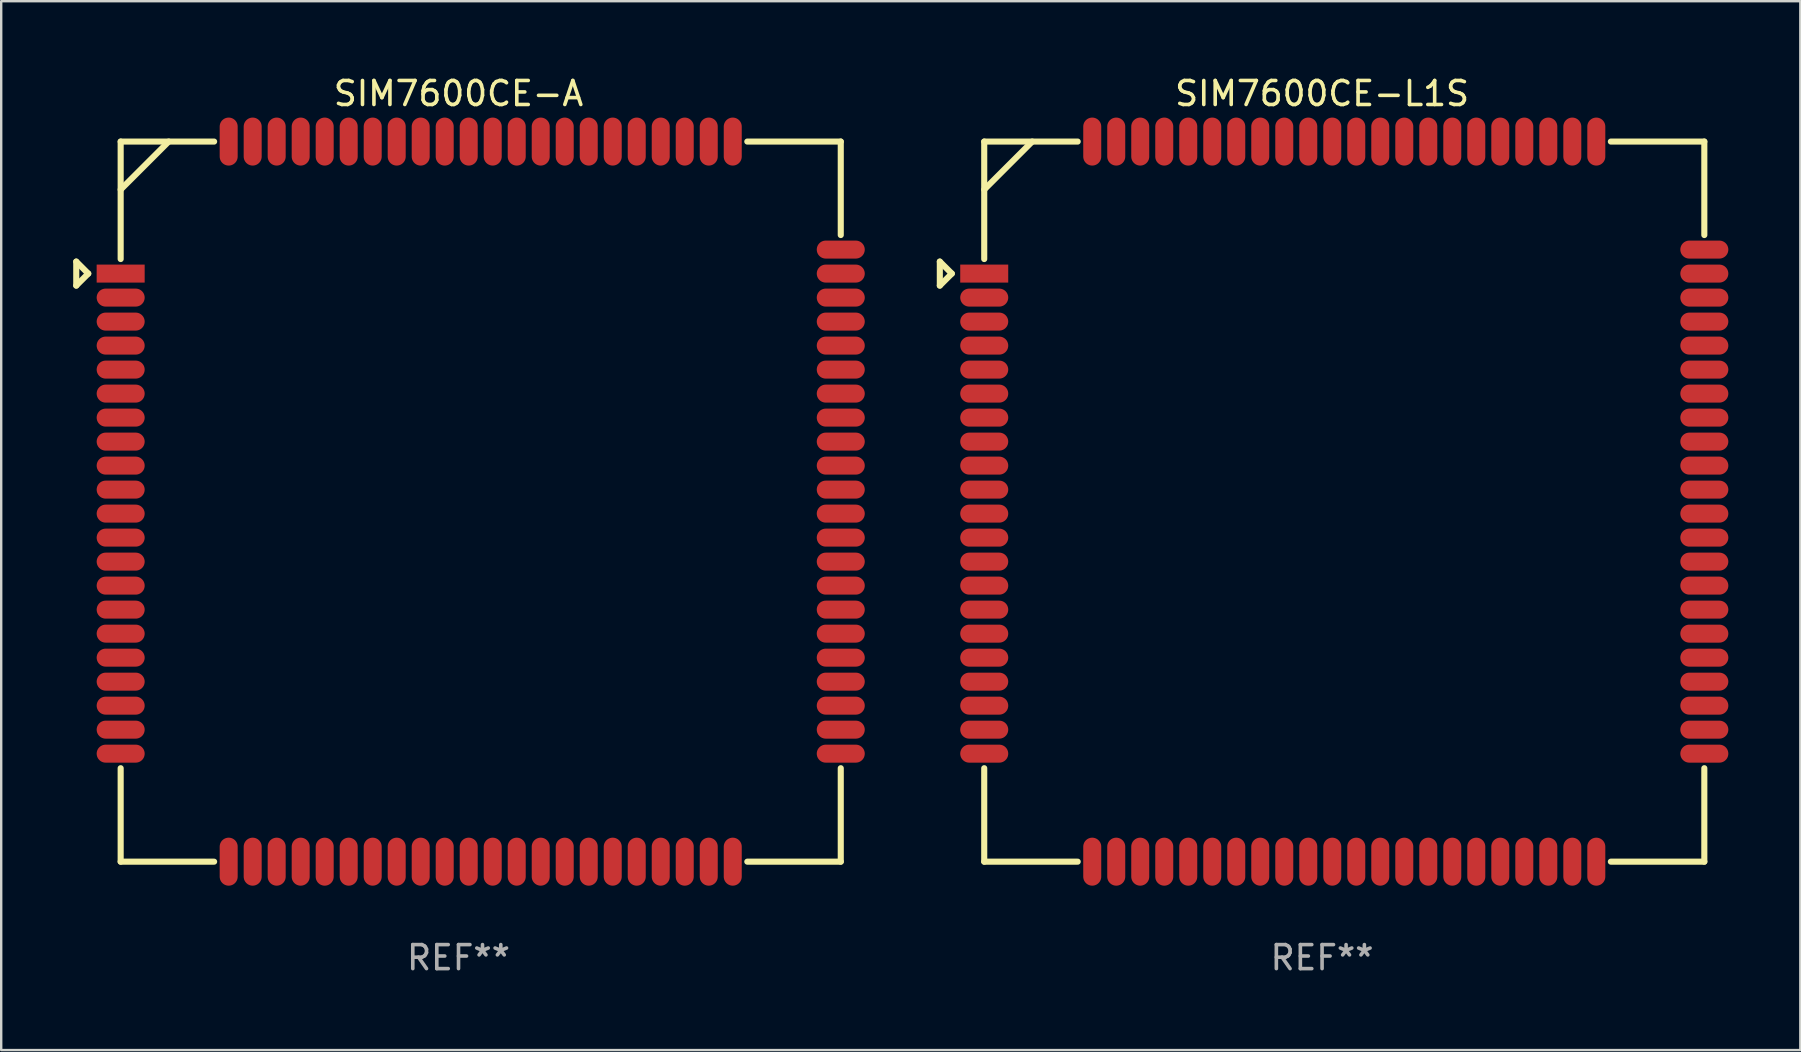
<source format=kicad_pcb>
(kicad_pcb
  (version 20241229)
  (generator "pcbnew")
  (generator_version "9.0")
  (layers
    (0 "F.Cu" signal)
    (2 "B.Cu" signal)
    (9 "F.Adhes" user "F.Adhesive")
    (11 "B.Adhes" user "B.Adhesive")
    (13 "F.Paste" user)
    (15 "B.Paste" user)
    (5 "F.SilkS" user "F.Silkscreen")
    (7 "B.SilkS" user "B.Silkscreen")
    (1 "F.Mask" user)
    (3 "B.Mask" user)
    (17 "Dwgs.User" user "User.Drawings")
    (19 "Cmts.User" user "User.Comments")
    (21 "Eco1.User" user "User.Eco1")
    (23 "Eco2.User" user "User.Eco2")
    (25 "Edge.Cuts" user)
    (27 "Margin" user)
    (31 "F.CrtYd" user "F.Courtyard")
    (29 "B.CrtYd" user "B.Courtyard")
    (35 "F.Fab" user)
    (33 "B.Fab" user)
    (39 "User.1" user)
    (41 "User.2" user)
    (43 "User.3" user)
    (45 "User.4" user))
  (footprint "SIM7600CE-L1S"
    (layer "F.Cu")
    (at 52.029 17.848)
    (property "Reference" "SIM7600CE-L1S" (at 0 -17 0) (layer "F.SilkS") (effects (font (size 1 1) (thickness 0.15))))
    (attr through_hole)
    (fp_line (start -15.925 -10) (end -15.925 -9) (stroke (width 0.254) (type solid)) (layer "F.SilkS"))
    (fp_line (start -15.925 -9) (end -15.425 -9.5) (stroke (width 0.254) (type solid)) (layer "F.SilkS"))
    (fp_line (start -15.425 -9.5) (end -15.925 -10) (stroke (width 0.254) (type solid)) (layer "F.SilkS"))
    (fp_line (start -14.075 -15) (end -10.181 -15) (stroke (width 0.254) (type solid)) (layer "F.SilkS"))
    (fp_line (start -14.075 -10.106) (end -14.075 -15) (stroke (width 0.254) (type solid)) (layer "F.SilkS"))
    (fp_line (start -14.075 15) (end -14.075 11.106) (stroke (width 0.254) (type solid)) (layer "F.SilkS"))
    (fp_line (start -12.075 -15) (end -14.075 -13) (stroke (width 0.254) (type solid)) (layer "F.SilkS"))
    (fp_line (start -10.181 15) (end -14.075 15) (stroke (width 0.254) (type solid)) (layer "F.SilkS"))
    (fp_line (start 12.031 -15) (end 15.925 -15) (stroke (width 0.254) (type solid)) (layer "F.SilkS"))
    (fp_line (start 15.925 -15) (end 15.925 -11.106) (stroke (width 0.254) (type solid)) (layer "F.SilkS"))
    (fp_line (start 15.925 11.106) (end 15.925 15) (stroke (width 0.254) (type solid)) (layer "F.SilkS"))
    (fp_line (start 15.925 15) (end 12.031 15) (stroke (width 0.254) (type solid)) (layer "F.SilkS"))
    (fp_circle (center -14.075 -15) (end -14.045 -15) (stroke (width 0.06) (type solid)) (fill no) (layer "F.SilkS"))
    (fp_text user "REF**" (at 0 19 0) (layer "F.Fab") (effects (font (size 1 1) (thickness 0.15))))
    (pad "1" smd rect (at -14.075 -9.5) (size 2 0.75) (layers "F.Cu" "F.Mask" "F.Paste"))
    (pad "2" smd oval (at -14.075 -8.5) (size 2 0.75) (layers "F.Cu" "F.Mask" "F.Paste"))
    (pad "3" smd oval (at -14.075 -7.5) (size 2 0.75) (layers "F.Cu" "F.Mask" "F.Paste"))
    (pad "4" smd oval (at -14.075 -6.5) (size 2 0.75) (layers "F.Cu" "F.Mask" "F.Paste"))
    (pad "5" smd oval (at -14.075 -5.5) (size 2 0.75) (layers "F.Cu" "F.Mask" "F.Paste"))
    (pad "6" smd oval (at -14.075 -4.5) (size 2 0.75) (layers "F.Cu" "F.Mask" "F.Paste"))
    (pad "7" smd oval (at -14.075 -3.5) (size 2 0.75) (layers "F.Cu" "F.Mask" "F.Paste"))
    (pad "8" smd oval (at -14.075 -2.5) (size 2 0.75) (layers "F.Cu" "F.Mask" "F.Paste"))
    (pad "9" smd oval (at -14.075 -1.5) (size 2 0.75) (layers "F.Cu" "F.Mask" "F.Paste"))
    (pad "10" smd oval (at -14.075 -0.5) (size 2 0.75) (layers "F.Cu" "F.Mask" "F.Paste"))
    (pad "11" smd oval (at -14.075 0.5) (size 2 0.75) (layers "F.Cu" "F.Mask" "F.Paste"))
    (pad "12" smd oval (at -14.075 1.5) (size 2 0.75) (layers "F.Cu" "F.Mask" "F.Paste"))
    (pad "13" smd oval (at -14.075 2.5) (size 2 0.75) (layers "F.Cu" "F.Mask" "F.Paste"))
    (pad "14" smd oval (at -14.075 3.5) (size 2 0.75) (layers "F.Cu" "F.Mask" "F.Paste"))
    (pad "15" smd oval (at -14.075 4.5) (size 2 0.75) (layers "F.Cu" "F.Mask" "F.Paste"))
    (pad "16" smd oval (at -14.075 5.5) (size 2 0.75) (layers "F.Cu" "F.Mask" "F.Paste"))
    (pad "17" smd oval (at -14.075 6.5) (size 2 0.75) (layers "F.Cu" "F.Mask" "F.Paste"))
    (pad "18" smd oval (at -14.075 7.5) (size 2 0.75) (layers "F.Cu" "F.Mask" "F.Paste"))
    (pad "19" smd oval (at -14.075 8.5) (size 2 0.75) (layers "F.Cu" "F.Mask" "F.Paste"))
    (pad "20" smd oval (at -14.075 9.5) (size 2 0.75) (layers "F.Cu" "F.Mask" "F.Paste"))
    (pad "21" smd oval (at -8.575 15 90) (size 2 0.75) (layers "F.Cu" "F.Mask" "F.Paste"))
    (pad "22" smd oval (at -7.575 15 90) (size 2 0.75) (layers "F.Cu" "F.Mask" "F.Paste"))
    (pad "23" smd oval (at -6.575 15 90) (size 2 0.75) (layers "F.Cu" "F.Mask" "F.Paste"))
    (pad "24" smd oval (at -5.575 15 90) (size 2 0.75) (layers "F.Cu" "F.Mask" "F.Paste"))
    (pad "25" smd oval (at -4.575 15 90) (size 2 0.75) (layers "F.Cu" "F.Mask" "F.Paste"))
    (pad "26" smd oval (at -3.575 15 90) (size 2 0.75) (layers "F.Cu" "F.Mask" "F.Paste"))
    (pad "27" smd oval (at -2.575 15 90) (size 2 0.75) (layers "F.Cu" "F.Mask" "F.Paste"))
    (pad "28" smd oval (at -1.575 15 90) (size 2 0.75) (layers "F.Cu" "F.Mask" "F.Paste"))
    (pad "29" smd oval (at -0.575 15 90) (size 2 0.75) (layers "F.Cu" "F.Mask" "F.Paste"))
    (pad "30" smd oval (at 0.425 15 90) (size 2 0.75) (layers "F.Cu" "F.Mask" "F.Paste"))
    (pad "31" smd oval (at 1.425 15 90) (size 2 0.75) (layers "F.Cu" "F.Mask" "F.Paste"))
    (pad "32" smd oval (at 2.425 15 90) (size 2 0.75) (layers "F.Cu" "F.Mask" "F.Paste"))
    (pad "33" smd oval (at 3.425 15 90) (size 2 0.75) (layers "F.Cu" "F.Mask" "F.Paste"))
    (pad "34" smd oval (at 4.425 15 90) (size 2 0.75) (layers "F.Cu" "F.Mask" "F.Paste"))
    (pad "35" smd oval (at 5.425 15 90) (size 2 0.75) (layers "F.Cu" "F.Mask" "F.Paste"))
    (pad "36" smd oval (at 6.425 15 90) (size 2 0.75) (layers "F.Cu" "F.Mask" "F.Paste"))
    (pad "37" smd oval (at 7.425 15 90) (size 2 0.75) (layers "F.Cu" "F.Mask" "F.Paste"))
    (pad "38" smd oval (at 8.425 15 90) (size 2 0.75) (layers "F.Cu" "F.Mask" "F.Paste"))
    (pad "39" smd oval (at 9.425 15 90) (size 2 0.75) (layers "F.Cu" "F.Mask" "F.Paste"))
    (pad "40" smd oval (at 10.425 15 90) (size 2 0.75) (layers "F.Cu" "F.Mask" "F.Paste"))
    (pad "41" smd oval (at 15.925 9.5 180) (size 2 0.75) (layers "F.Cu" "F.Mask" "F.Paste"))
    (pad "42" smd oval (at 15.925 8.5 180) (size 2 0.75) (layers "F.Cu" "F.Mask" "F.Paste"))
    (pad "43" smd oval (at 15.925 7.5 180) (size 2 0.75) (layers "F.Cu" "F.Mask" "F.Paste"))
    (pad "44" smd oval (at 15.925 6.5 180) (size 2 0.75) (layers "F.Cu" "F.Mask" "F.Paste"))
    (pad "45" smd oval (at 15.925 5.5 180) (size 2 0.75) (layers "F.Cu" "F.Mask" "F.Paste"))
    (pad "46" smd oval (at 15.925 4.5 180) (size 2 0.75) (layers "F.Cu" "F.Mask" "F.Paste"))
    (pad "47" smd oval (at 15.925 3.5 180) (size 2 0.75) (layers "F.Cu" "F.Mask" "F.Paste"))
    (pad "48" smd oval (at 15.925 2.5 180) (size 2 0.75) (layers "F.Cu" "F.Mask" "F.Paste"))
    (pad "49" smd oval (at 15.925 1.5 180) (size 2 0.75) (layers "F.Cu" "F.Mask" "F.Paste"))
    (pad "50" smd oval (at 15.925 0.5 180) (size 2 0.75) (layers "F.Cu" "F.Mask" "F.Paste"))
    (pad "51" smd oval (at 15.925 -0.5 180) (size 2 0.75) (layers "F.Cu" "F.Mask" "F.Paste"))
    (pad "52" smd oval (at 15.925 -1.5 180) (size 2 0.75) (layers "F.Cu" "F.Mask" "F.Paste"))
    (pad "53" smd oval (at 15.925 -2.5 180) (size 2 0.75) (layers "F.Cu" "F.Mask" "F.Paste"))
    (pad "54" smd oval (at 15.925 -3.5 180) (size 2 0.75) (layers "F.Cu" "F.Mask" "F.Paste"))
    (pad "55" smd oval (at 15.925 -4.5 180) (size 2 0.75) (layers "F.Cu" "F.Mask" "F.Paste"))
    (pad "56" smd oval (at 15.925 -5.5 180) (size 2 0.75) (layers "F.Cu" "F.Mask" "F.Paste"))
    (pad "57" smd oval (at 15.925 -6.5 180) (size 2 0.75) (layers "F.Cu" "F.Mask" "F.Paste"))
    (pad "58" smd oval (at 15.925 -7.5 180) (size 2 0.75) (layers "F.Cu" "F.Mask" "F.Paste"))
    (pad "59" smd oval (at 15.925 -8.5 180) (size 2 0.75) (layers "F.Cu" "F.Mask" "F.Paste"))
    (pad "60" smd oval (at 15.925 -9.5 180) (size 2 0.75) (layers "F.Cu" "F.Mask" "F.Paste"))
    (pad "61" smd oval (at 10.425 -15 270) (size 2 0.75) (layers "F.Cu" "F.Mask" "F.Paste"))
    (pad "62" smd oval (at 9.425 -15 270) (size 2 0.75) (layers "F.Cu" "F.Mask" "F.Paste"))
    (pad "63" smd oval (at 8.425 -15 270) (size 2 0.75) (layers "F.Cu" "F.Mask" "F.Paste"))
    (pad "64" smd oval (at 7.425 -15 270) (size 2 0.75) (layers "F.Cu" "F.Mask" "F.Paste"))
    (pad "65" smd oval (at 6.425 -15 270) (size 2 0.75) (layers "F.Cu" "F.Mask" "F.Paste"))
    (pad "66" smd oval (at 5.425 -15 270) (size 2 0.75) (layers "F.Cu" "F.Mask" "F.Paste"))
    (pad "67" smd oval (at 4.425 -15 270) (size 2 0.75) (layers "F.Cu" "F.Mask" "F.Paste"))
    (pad "68" smd oval (at 3.425 -15 270) (size 2 0.75) (layers "F.Cu" "F.Mask" "F.Paste"))
    (pad "69" smd oval (at 2.425 -15 270) (size 2 0.75) (layers "F.Cu" "F.Mask" "F.Paste"))
    (pad "70" smd oval (at 1.425 -15 270) (size 2 0.75) (layers "F.Cu" "F.Mask" "F.Paste"))
    (pad "71" smd oval (at 0.425 -15 270) (size 2 0.75) (layers "F.Cu" "F.Mask" "F.Paste"))
    (pad "72" smd oval (at -0.575 -15 270) (size 2 0.75) (layers "F.Cu" "F.Mask" "F.Paste"))
    (pad "73" smd oval (at -1.575 -15 270) (size 2 0.75) (layers "F.Cu" "F.Mask" "F.Paste"))
    (pad "74" smd oval (at -2.575 -15 270) (size 2 0.75) (layers "F.Cu" "F.Mask" "F.Paste"))
    (pad "75" smd oval (at -3.575 -15 270) (size 2 0.75) (layers "F.Cu" "F.Mask" "F.Paste"))
    (pad "76" smd oval (at -4.575 -15 270) (size 2 0.75) (layers "F.Cu" "F.Mask" "F.Paste"))
    (pad "77" smd oval (at -5.575 -15 270) (size 2 0.75) (layers "F.Cu" "F.Mask" "F.Paste"))
    (pad "78" smd oval (at -6.575 -15 270) (size 2 0.75) (layers "F.Cu" "F.Mask" "F.Paste"))
    (pad "79" smd oval (at -7.575 -15 270) (size 2 0.75) (layers "F.Cu" "F.Mask" "F.Paste"))
    (pad "80" smd oval (at -8.575 -15 270) (size 2 0.75) (layers "F.Cu" "F.Mask" "F.Paste"))
    (pad "81" smd oval (at -14.075 10.5) (size 2 0.75) (layers "F.Cu" "F.Mask" "F.Paste"))
    (pad "82" smd oval (at 15.925 10.5) (size 2 0.75) (layers "F.Cu" "F.Mask" "F.Paste"))
    (pad "83" smd oval (at 11.425 15 90) (size 2 0.75) (layers "F.Cu" "F.Mask" "F.Paste"))
    (pad "84" smd oval (at -9.575 15 90) (size 2 0.75) (layers "F.Cu" "F.Mask" "F.Paste"))
    (pad "85" smd oval (at 15.925 -10.5 180) (size 2 0.75) (layers "F.Cu" "F.Mask" "F.Paste"))
    (pad "86" smd oval (at -9.575 -15 270) (size 2 0.75) (layers "F.Cu" "F.Mask" "F.Paste"))
    (pad "87" smd oval (at 11.425 -15 270) (size 2 0.75) (layers "F.Cu" "F.Mask" "F.Paste")))
  (footprint "SIM7600CE-A"
    (layer "F.Cu")
    (at 16.052 17.848)
    (property "Reference" "SIM7600CE-A" (at 0 -17 0) (layer "F.SilkS") (effects (font (size 1 1) (thickness 0.15))))
    (attr through_hole)
    (fp_line (start -15.925 -10) (end -15.925 -9) (stroke (width 0.254) (type solid)) (layer "F.SilkS"))
    (fp_line (start -15.925 -9) (end -15.425 -9.5) (stroke (width 0.254) (type solid)) (layer "F.SilkS"))
    (fp_line (start -15.425 -9.5) (end -15.925 -10) (stroke (width 0.254) (type solid)) (layer "F.SilkS"))
    (fp_line (start -14.075 -15) (end -10.181 -15) (stroke (width 0.254) (type solid)) (layer "F.SilkS"))
    (fp_line (start -14.075 -10.106) (end -14.075 -15) (stroke (width 0.254) (type solid)) (layer "F.SilkS"))
    (fp_line (start -14.075 15) (end -14.075 11.106) (stroke (width 0.254) (type solid)) (layer "F.SilkS"))
    (fp_line (start -12.075 -15) (end -14.075 -13) (stroke (width 0.254) (type solid)) (layer "F.SilkS"))
    (fp_line (start -10.181 15) (end -14.075 15) (stroke (width 0.254) (type solid)) (layer "F.SilkS"))
    (fp_line (start 12.031 -15) (end 15.925 -15) (stroke (width 0.254) (type solid)) (layer "F.SilkS"))
    (fp_line (start 15.925 -15) (end 15.925 -11.106) (stroke (width 0.254) (type solid)) (layer "F.SilkS"))
    (fp_line (start 15.925 11.106) (end 15.925 15) (stroke (width 0.254) (type solid)) (layer "F.SilkS"))
    (fp_line (start 15.925 15) (end 12.031 15) (stroke (width 0.254) (type solid)) (layer "F.SilkS"))
    (fp_circle (center -14.075 -15) (end -14.045 -15) (stroke (width 0.06) (type solid)) (fill no) (layer "F.SilkS"))
    (fp_text user "REF**" (at 0 19 0) (layer "F.Fab") (effects (font (size 1 1) (thickness 0.15))))
    (pad "1" smd rect (at -14.075 -9.5) (size 2 0.75) (layers "F.Cu" "F.Mask" "F.Paste"))
    (pad "2" smd oval (at -14.075 -8.5) (size 2 0.75) (layers "F.Cu" "F.Mask" "F.Paste"))
    (pad "3" smd oval (at -14.075 -7.5) (size 2 0.75) (layers "F.Cu" "F.Mask" "F.Paste"))
    (pad "4" smd oval (at -14.075 -6.5) (size 2 0.75) (layers "F.Cu" "F.Mask" "F.Paste"))
    (pad "5" smd oval (at -14.075 -5.5) (size 2 0.75) (layers "F.Cu" "F.Mask" "F.Paste"))
    (pad "6" smd oval (at -14.075 -4.5) (size 2 0.75) (layers "F.Cu" "F.Mask" "F.Paste"))
    (pad "7" smd oval (at -14.075 -3.5) (size 2 0.75) (layers "F.Cu" "F.Mask" "F.Paste"))
    (pad "8" smd oval (at -14.075 -2.5) (size 2 0.75) (layers "F.Cu" "F.Mask" "F.Paste"))
    (pad "9" smd oval (at -14.075 -1.5) (size 2 0.75) (layers "F.Cu" "F.Mask" "F.Paste"))
    (pad "10" smd oval (at -14.075 -0.5) (size 2 0.75) (layers "F.Cu" "F.Mask" "F.Paste"))
    (pad "11" smd oval (at -14.075 0.5) (size 2 0.75) (layers "F.Cu" "F.Mask" "F.Paste"))
    (pad "12" smd oval (at -14.075 1.5) (size 2 0.75) (layers "F.Cu" "F.Mask" "F.Paste"))
    (pad "13" smd oval (at -14.075 2.5) (size 2 0.75) (layers "F.Cu" "F.Mask" "F.Paste"))
    (pad "14" smd oval (at -14.075 3.5) (size 2 0.75) (layers "F.Cu" "F.Mask" "F.Paste"))
    (pad "15" smd oval (at -14.075 4.5) (size 2 0.75) (layers "F.Cu" "F.Mask" "F.Paste"))
    (pad "16" smd oval (at -14.075 5.5) (size 2 0.75) (layers "F.Cu" "F.Mask" "F.Paste"))
    (pad "17" smd oval (at -14.075 6.5) (size 2 0.75) (layers "F.Cu" "F.Mask" "F.Paste"))
    (pad "18" smd oval (at -14.075 7.5) (size 2 0.75) (layers "F.Cu" "F.Mask" "F.Paste"))
    (pad "19" smd oval (at -14.075 8.5) (size 2 0.75) (layers "F.Cu" "F.Mask" "F.Paste"))
    (pad "20" smd oval (at -14.075 9.5) (size 2 0.75) (layers "F.Cu" "F.Mask" "F.Paste"))
    (pad "21" smd oval (at -8.575 15 90) (size 2 0.75) (layers "F.Cu" "F.Mask" "F.Paste"))
    (pad "22" smd oval (at -7.575 15 90) (size 2 0.75) (layers "F.Cu" "F.Mask" "F.Paste"))
    (pad "23" smd oval (at -6.575 15 90) (size 2 0.75) (layers "F.Cu" "F.Mask" "F.Paste"))
    (pad "24" smd oval (at -5.575 15 90) (size 2 0.75) (layers "F.Cu" "F.Mask" "F.Paste"))
    (pad "25" smd oval (at -4.575 15 90) (size 2 0.75) (layers "F.Cu" "F.Mask" "F.Paste"))
    (pad "26" smd oval (at -3.575 15 90) (size 2 0.75) (layers "F.Cu" "F.Mask" "F.Paste"))
    (pad "27" smd oval (at -2.575 15 90) (size 2 0.75) (layers "F.Cu" "F.Mask" "F.Paste"))
    (pad "28" smd oval (at -1.575 15 90) (size 2 0.75) (layers "F.Cu" "F.Mask" "F.Paste"))
    (pad "29" smd oval (at -0.575 15 90) (size 2 0.75) (layers "F.Cu" "F.Mask" "F.Paste"))
    (pad "30" smd oval (at 0.425 15 90) (size 2 0.75) (layers "F.Cu" "F.Mask" "F.Paste"))
    (pad "31" smd oval (at 1.425 15 90) (size 2 0.75) (layers "F.Cu" "F.Mask" "F.Paste"))
    (pad "32" smd oval (at 2.425 15 90) (size 2 0.75) (layers "F.Cu" "F.Mask" "F.Paste"))
    (pad "33" smd oval (at 3.425 15 90) (size 2 0.75) (layers "F.Cu" "F.Mask" "F.Paste"))
    (pad "34" smd oval (at 4.425 15 90) (size 2 0.75) (layers "F.Cu" "F.Mask" "F.Paste"))
    (pad "35" smd oval (at 5.425 15 90) (size 2 0.75) (layers "F.Cu" "F.Mask" "F.Paste"))
    (pad "36" smd oval (at 6.425 15 90) (size 2 0.75) (layers "F.Cu" "F.Mask" "F.Paste"))
    (pad "37" smd oval (at 7.425 15 90) (size 2 0.75) (layers "F.Cu" "F.Mask" "F.Paste"))
    (pad "38" smd oval (at 8.425 15 90) (size 2 0.75) (layers "F.Cu" "F.Mask" "F.Paste"))
    (pad "39" smd oval (at 9.425 15 90) (size 2 0.75) (layers "F.Cu" "F.Mask" "F.Paste"))
    (pad "40" smd oval (at 10.425 15 90) (size 2 0.75) (layers "F.Cu" "F.Mask" "F.Paste"))
    (pad "41" smd oval (at 15.925 9.5 180) (size 2 0.75) (layers "F.Cu" "F.Mask" "F.Paste"))
    (pad "42" smd oval (at 15.925 8.5 180) (size 2 0.75) (layers "F.Cu" "F.Mask" "F.Paste"))
    (pad "43" smd oval (at 15.925 7.5 180) (size 2 0.75) (layers "F.Cu" "F.Mask" "F.Paste"))
    (pad "44" smd oval (at 15.925 6.5 180) (size 2 0.75) (layers "F.Cu" "F.Mask" "F.Paste"))
    (pad "45" smd oval (at 15.925 5.5 180) (size 2 0.75) (layers "F.Cu" "F.Mask" "F.Paste"))
    (pad "46" smd oval (at 15.925 4.5 180) (size 2 0.75) (layers "F.Cu" "F.Mask" "F.Paste"))
    (pad "47" smd oval (at 15.925 3.5 180) (size 2 0.75) (layers "F.Cu" "F.Mask" "F.Paste"))
    (pad "48" smd oval (at 15.925 2.5 180) (size 2 0.75) (layers "F.Cu" "F.Mask" "F.Paste"))
    (pad "49" smd oval (at 15.925 1.5 180) (size 2 0.75) (layers "F.Cu" "F.Mask" "F.Paste"))
    (pad "50" smd oval (at 15.925 0.5 180) (size 2 0.75) (layers "F.Cu" "F.Mask" "F.Paste"))
    (pad "51" smd oval (at 15.925 -0.5 180) (size 2 0.75) (layers "F.Cu" "F.Mask" "F.Paste"))
    (pad "52" smd oval (at 15.925 -1.5 180) (size 2 0.75) (layers "F.Cu" "F.Mask" "F.Paste"))
    (pad "53" smd oval (at 15.925 -2.5 180) (size 2 0.75) (layers "F.Cu" "F.Mask" "F.Paste"))
    (pad "54" smd oval (at 15.925 -3.5 180) (size 2 0.75) (layers "F.Cu" "F.Mask" "F.Paste"))
    (pad "55" smd oval (at 15.925 -4.5 180) (size 2 0.75) (layers "F.Cu" "F.Mask" "F.Paste"))
    (pad "56" smd oval (at 15.925 -5.5 180) (size 2 0.75) (layers "F.Cu" "F.Mask" "F.Paste"))
    (pad "57" smd oval (at 15.925 -6.5 180) (size 2 0.75) (layers "F.Cu" "F.Mask" "F.Paste"))
    (pad "58" smd oval (at 15.925 -7.5 180) (size 2 0.75) (layers "F.Cu" "F.Mask" "F.Paste"))
    (pad "59" smd oval (at 15.925 -8.5 180) (size 2 0.75) (layers "F.Cu" "F.Mask" "F.Paste"))
    (pad "60" smd oval (at 15.925 -9.5 180) (size 2 0.75) (layers "F.Cu" "F.Mask" "F.Paste"))
    (pad "61" smd oval (at 10.425 -15 270) (size 2 0.75) (layers "F.Cu" "F.Mask" "F.Paste"))
    (pad "62" smd oval (at 9.425 -15 270) (size 2 0.75) (layers "F.Cu" "F.Mask" "F.Paste"))
    (pad "63" smd oval (at 8.425 -15 270) (size 2 0.75) (layers "F.Cu" "F.Mask" "F.Paste"))
    (pad "64" smd oval (at 7.425 -15 270) (size 2 0.75) (layers "F.Cu" "F.Mask" "F.Paste"))
    (pad "65" smd oval (at 6.425 -15 270) (size 2 0.75) (layers "F.Cu" "F.Mask" "F.Paste"))
    (pad "66" smd oval (at 5.425 -15 270) (size 2 0.75) (layers "F.Cu" "F.Mask" "F.Paste"))
    (pad "67" smd oval (at 4.425 -15 270) (size 2 0.75) (layers "F.Cu" "F.Mask" "F.Paste"))
    (pad "68" smd oval (at 3.425 -15 270) (size 2 0.75) (layers "F.Cu" "F.Mask" "F.Paste"))
    (pad "69" smd oval (at 2.425 -15 270) (size 2 0.75) (layers "F.Cu" "F.Mask" "F.Paste"))
    (pad "70" smd oval (at 1.425 -15 270) (size 2 0.75) (layers "F.Cu" "F.Mask" "F.Paste"))
    (pad "71" smd oval (at 0.425 -15 270) (size 2 0.75) (layers "F.Cu" "F.Mask" "F.Paste"))
    (pad "72" smd oval (at -0.575 -15 270) (size 2 0.75) (layers "F.Cu" "F.Mask" "F.Paste"))
    (pad "73" smd oval (at -1.575 -15 270) (size 2 0.75) (layers "F.Cu" "F.Mask" "F.Paste"))
    (pad "74" smd oval (at -2.575 -15 270) (size 2 0.75) (layers "F.Cu" "F.Mask" "F.Paste"))
    (pad "75" smd oval (at -3.575 -15 270) (size 2 0.75) (layers "F.Cu" "F.Mask" "F.Paste"))
    (pad "76" smd oval (at -4.575 -15 270) (size 2 0.75) (layers "F.Cu" "F.Mask" "F.Paste"))
    (pad "77" smd oval (at -5.575 -15 270) (size 2 0.75) (layers "F.Cu" "F.Mask" "F.Paste"))
    (pad "78" smd oval (at -6.575 -15 270) (size 2 0.75) (layers "F.Cu" "F.Mask" "F.Paste"))
    (pad "79" smd oval (at -7.575 -15 270) (size 2 0.75) (layers "F.Cu" "F.Mask" "F.Paste"))
    (pad "80" smd oval (at -8.575 -15 270) (size 2 0.75) (layers "F.Cu" "F.Mask" "F.Paste"))
    (pad "81" smd oval (at -14.075 10.5) (size 2 0.75) (layers "F.Cu" "F.Mask" "F.Paste"))
    (pad "82" smd oval (at 15.925 10.5) (size 2 0.75) (layers "F.Cu" "F.Mask" "F.Paste"))
    (pad "83" smd oval (at 11.425 15 90) (size 2 0.75) (layers "F.Cu" "F.Mask" "F.Paste"))
    (pad "84" smd oval (at -9.575 15 90) (size 2 0.75) (layers "F.Cu" "F.Mask" "F.Paste"))
    (pad "85" smd oval (at 15.925 -10.5 180) (size 2 0.75) (layers "F.Cu" "F.Mask" "F.Paste"))
    (pad "86" smd oval (at -9.575 -15 270) (size 2 0.75) (layers "F.Cu" "F.Mask" "F.Paste"))
    (pad "87" smd oval (at 11.425 -15 270) (size 2 0.75) (layers "F.Cu" "F.Mask" "F.Paste")))
  (gr_rect
    (start -3 -3)
    (end 71.954 40.697)
    (stroke (width 0.1) (type default))
    (fill no)
    (layer "Edge.Cuts")))
</source>
